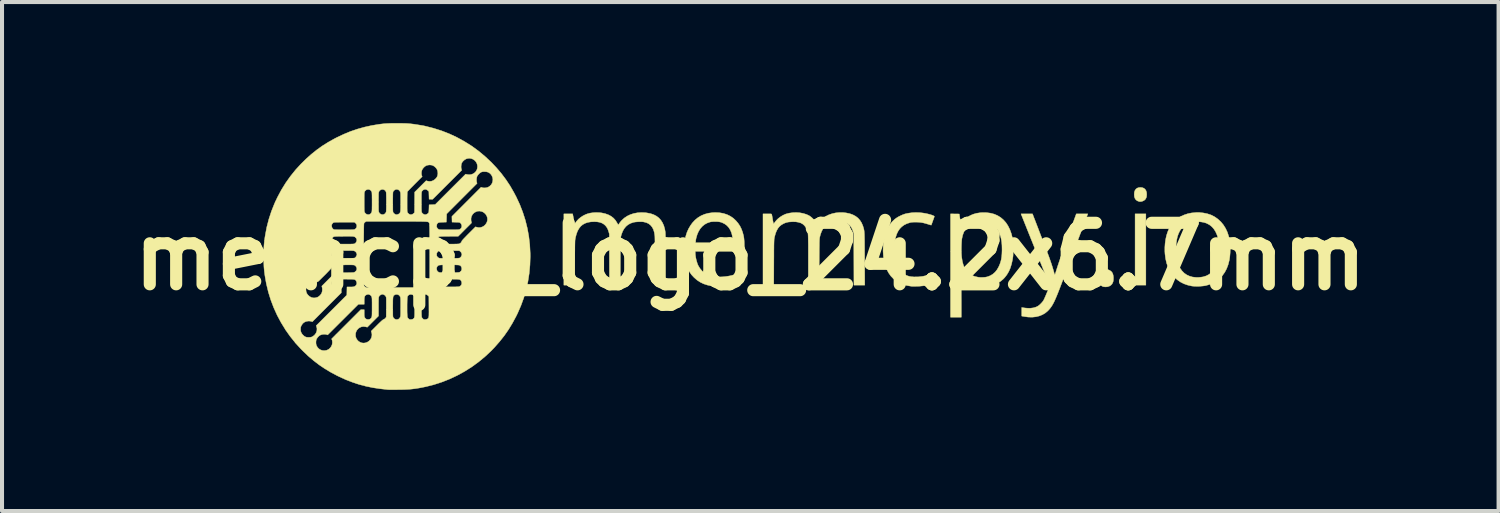
<source format=kicad_pcb>
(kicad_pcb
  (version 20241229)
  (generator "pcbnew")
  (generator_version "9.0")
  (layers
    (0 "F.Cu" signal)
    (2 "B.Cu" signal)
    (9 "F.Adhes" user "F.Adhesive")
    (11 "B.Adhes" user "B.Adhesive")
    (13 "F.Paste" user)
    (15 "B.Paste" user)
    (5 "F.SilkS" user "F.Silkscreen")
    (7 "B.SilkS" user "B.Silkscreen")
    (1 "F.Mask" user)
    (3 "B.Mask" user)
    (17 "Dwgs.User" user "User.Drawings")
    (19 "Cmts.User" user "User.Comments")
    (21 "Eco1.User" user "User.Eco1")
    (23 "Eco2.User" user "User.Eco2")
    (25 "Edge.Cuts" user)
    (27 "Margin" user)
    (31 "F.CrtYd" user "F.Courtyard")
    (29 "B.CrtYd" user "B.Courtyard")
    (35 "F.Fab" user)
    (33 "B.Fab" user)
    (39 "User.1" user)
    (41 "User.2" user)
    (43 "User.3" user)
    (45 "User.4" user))
  (footprint "memcpy_logo_24.2x6.7mm"
    (layer "F.Cu")
    (at 15.538 3.304)
    (property "Reference" "memcpy_logo_24.2x6.7mm" (at 0 0 0) (layer "F.SilkS") (effects (font (size 1.524 1.524) (thickness 0.3))))
    (attr through_hole)
    (fp_poly (pts (xy 9.799 0.709) (xy 9.532 0.709) (xy 9.532 -1.056) (xy 9.799 -1.056) (xy 9.799 0.709)) (stroke (width 0.01) (type solid)) (fill yes) (layer "F.SilkS"))
    (fp_poly (pts (xy 9.711 -1.706) (xy 9.751 -1.69) (xy 9.782 -1.664) (xy 9.804 -1.629) (xy 9.817 -1.584) (xy 9.82 -1.538) (xy 9.817 -1.49) (xy 9.806 -1.451) (xy 9.788 -1.419) (xy 9.785 -1.415) (xy 9.757 -1.39) (xy 9.721 -1.372) (xy 9.682 -1.361) (xy 9.644 -1.36) (xy 9.629 -1.363) (xy 9.586 -1.379) (xy 9.552 -1.405) (xy 9.529 -1.439) (xy 9.514 -1.483) (xy 9.51 -1.536) (xy 9.51 -1.537) (xy 9.514 -1.591) (xy 9.528 -1.634) (xy 9.551 -1.668) (xy 9.582 -1.693) (xy 9.623 -1.707) (xy 9.664 -1.711) (xy 9.711 -1.706)) (stroke (width 0.01) (type solid)) (fill yes) (layer "F.SilkS"))
    (fp_poly (pts (xy 8.835 0.325) (xy 8.857 0.327) (xy 8.875 0.331) (xy 8.892 0.338) (xy 8.901 0.343) (xy 8.937 0.366) (xy 8.963 0.396) (xy 8.981 0.433) (xy 8.992 0.479) (xy 8.996 0.518) (xy 8.995 0.572) (xy 8.99 0.615) (xy 8.977 0.652) (xy 8.958 0.685) (xy 8.957 0.686) (xy 8.928 0.715) (xy 8.891 0.736) (xy 8.847 0.75) (xy 8.801 0.754) (xy 8.755 0.75) (xy 8.731 0.743) (xy 8.69 0.721) (xy 8.655 0.689) (xy 8.634 0.658) (xy 8.628 0.646) (xy 8.624 0.633) (xy 8.621 0.616) (xy 8.62 0.593) (xy 8.619 0.56) (xy 8.619 0.541) (xy 8.62 0.494) (xy 8.624 0.457) (xy 8.63 0.428) (xy 8.641 0.404) (xy 8.656 0.384) (xy 8.667 0.372) (xy 8.692 0.35) (xy 8.718 0.336) (xy 8.748 0.328) (xy 8.787 0.324) (xy 8.803 0.324) (xy 8.835 0.325)) (stroke (width 0.01) (type solid)) (fill yes) (layer "F.SilkS"))
    (fp_poly (pts (xy 4.196 -1.086) (xy 4.263 -1.079) (xy 4.309 -1.072) (xy 4.357 -1.063) (xy 4.403 -1.053) (xy 4.447 -1.041) (xy 4.485 -1.03) (xy 4.518 -1.018) (xy 4.542 -1.007) (xy 4.556 -0.998) (xy 4.559 -0.992) (xy 4.556 -0.98) (xy 4.551 -0.965) (xy 4.546 -0.951) (xy 4.538 -0.928) (xy 4.527 -0.899) (xy 4.516 -0.866) (xy 4.514 -0.863) (xy 4.503 -0.832) (xy 4.494 -0.806) (xy 4.487 -0.787) (xy 4.483 -0.778) (xy 4.483 -0.777) (xy 4.476 -0.778) (xy 4.459 -0.783) (xy 4.435 -0.79) (xy 4.409 -0.798) (xy 4.343 -0.818) (xy 4.285 -0.833) (xy 4.231 -0.843) (xy 4.177 -0.849) (xy 4.119 -0.851) (xy 4.101 -0.851) (xy 4.053 -0.851) (xy 4.015 -0.849) (xy 3.985 -0.846) (xy 3.959 -0.841) (xy 3.954 -0.839) (xy 3.878 -0.814) (xy 3.811 -0.781) (xy 3.752 -0.738) (xy 3.702 -0.687) (xy 3.66 -0.625) (xy 3.626 -0.554) (xy 3.6 -0.472) (xy 3.58 -0.38) (xy 3.568 -0.276) (xy 3.568 -0.273) (xy 3.564 -0.181) (xy 3.566 -0.09) (xy 3.574 -0.003) (xy 3.587 0.079) (xy 3.605 0.152) (xy 3.616 0.186) (xy 3.65 0.261) (xy 3.692 0.328) (xy 3.742 0.385) (xy 3.798 0.43) (xy 3.851 0.461) (xy 3.896 0.479) (xy 3.939 0.492) (xy 3.987 0.501) (xy 4.043 0.505) (xy 4.054 0.506) (xy 4.16 0.505) (xy 4.27 0.492) (xy 4.381 0.468) (xy 4.474 0.439) (xy 4.539 0.416) (xy 4.539 0.649) (xy 4.497 0.668) (xy 4.43 0.694) (xy 4.358 0.714) (xy 4.279 0.727) (xy 4.191 0.736) (xy 4.124 0.738) (xy 4.086 0.739) (xy 4.05 0.739) (xy 4.021 0.739) (xy 4.001 0.739) (xy 3.994 0.738) (xy 3.924 0.727) (xy 3.865 0.716) (xy 3.815 0.703) (xy 3.771 0.689) (xy 3.73 0.673) (xy 3.703 0.66) (xy 3.62 0.61) (xy 3.545 0.551) (xy 3.48 0.483) (xy 3.425 0.405) (xy 3.379 0.318) (xy 3.342 0.221) (xy 3.315 0.116) (xy 3.297 0.001) (xy 3.289 -0.122) (xy 3.289 -0.164) (xy 3.293 -0.289) (xy 3.308 -0.406) (xy 3.331 -0.515) (xy 3.364 -0.615) (xy 3.405 -0.707) (xy 3.456 -0.79) (xy 3.515 -0.863) (xy 3.582 -0.926) (xy 3.625 -0.957) (xy 3.667 -0.983) (xy 3.717 -1.008) (xy 3.77 -1.032) (xy 3.819 -1.05) (xy 3.838 -1.056) (xy 3.919 -1.073) (xy 4.008 -1.085) (xy 4.102 -1.089) (xy 4.196 -1.086)) (stroke (width 0.01) (type solid)) (fill yes) (layer "F.SilkS"))
    (fp_poly (pts (xy 11.135 -1.088) (xy 11.223 -1.079) (xy 11.322 -1.059) (xy 11.413 -1.029) (xy 11.497 -0.987) (xy 11.575 -0.933) (xy 11.648 -0.867) (xy 11.657 -0.859) (xy 11.72 -0.782) (xy 11.774 -0.696) (xy 11.818 -0.602) (xy 11.852 -0.498) (xy 11.868 -0.431) (xy 11.88 -0.356) (xy 11.887 -0.272) (xy 11.889 -0.183) (xy 11.887 -0.093) (xy 11.88 -0.006) (xy 11.869 0.075) (xy 11.864 0.1) (xy 11.836 0.207) (xy 11.799 0.304) (xy 11.752 0.393) (xy 11.695 0.472) (xy 11.63 0.542) (xy 11.557 0.602) (xy 11.475 0.651) (xy 11.385 0.691) (xy 11.287 0.719) (xy 11.27 0.723) (xy 11.222 0.73) (xy 11.167 0.735) (xy 11.108 0.739) (xy 11.049 0.739) (xy 10.994 0.737) (xy 10.947 0.733) (xy 10.939 0.732) (xy 10.837 0.709) (xy 10.742 0.676) (xy 10.656 0.632) (xy 10.577 0.577) (xy 10.507 0.513) (xy 10.445 0.44) (xy 10.392 0.356) (xy 10.348 0.264) (xy 10.313 0.164) (xy 10.288 0.055) (xy 10.273 -0.062) (xy 10.269 -0.127) (xy 10.269 -0.144) (xy 10.544 -0.144) (xy 10.549 -0.053) (xy 10.559 0.034) (xy 10.575 0.112) (xy 10.581 0.135) (xy 10.611 0.22) (xy 10.65 0.296) (xy 10.697 0.36) (xy 10.751 0.414) (xy 10.813 0.456) (xy 10.883 0.488) (xy 10.959 0.509) (xy 11.043 0.518) (xy 11.101 0.518) (xy 11.137 0.515) (xy 11.174 0.511) (xy 11.207 0.506) (xy 11.218 0.504) (xy 11.293 0.481) (xy 11.361 0.446) (xy 11.422 0.401) (xy 11.475 0.345) (xy 11.52 0.278) (xy 11.556 0.202) (xy 11.559 0.193) (xy 11.582 0.119) (xy 11.599 0.036) (xy 11.609 -0.053) (xy 11.614 -0.145) (xy 11.613 -0.239) (xy 11.606 -0.33) (xy 11.593 -0.417) (xy 11.575 -0.496) (xy 11.56 -0.539) (xy 11.525 -0.617) (xy 11.482 -0.684) (xy 11.431 -0.741) (xy 11.372 -0.787) (xy 11.306 -0.821) (xy 11.296 -0.826) (xy 11.234 -0.845) (xy 11.165 -0.857) (xy 11.091 -0.862) (xy 11.017 -0.86) (xy 10.947 -0.852) (xy 10.883 -0.836) (xy 10.869 -0.831) (xy 10.802 -0.799) (xy 10.741 -0.756) (xy 10.688 -0.702) (xy 10.643 -0.639) (xy 10.607 -0.566) (xy 10.582 -0.493) (xy 10.564 -0.414) (xy 10.552 -0.328) (xy 10.545 -0.237) (xy 10.544 -0.144) (xy 10.269 -0.144) (xy 10.269 -0.228) (xy 10.276 -0.328) (xy 10.29 -0.426) (xy 10.31 -0.518) (xy 10.337 -0.603) (xy 10.368 -0.678) (xy 10.369 -0.678) (xy 10.413 -0.754) (xy 10.466 -0.826) (xy 10.526 -0.89) (xy 10.587 -0.943) (xy 10.662 -0.991) (xy 10.745 -1.029) (xy 10.835 -1.059) (xy 10.931 -1.079) (xy 11.032 -1.088) (xy 11.135 -1.088)) (stroke (width 0.01) (type solid)) (fill yes) (layer "F.SilkS"))
    (fp_poly (pts (xy -0.763 -1.084) (xy -0.667 -1.067) (xy -0.579 -1.039) (xy -0.497 -0.999) (xy -0.423 -0.949) (xy -0.357 -0.887) (xy -0.356 -0.886) (xy -0.302 -0.822) (xy -0.257 -0.755) (xy -0.221 -0.682) (xy -0.191 -0.601) (xy -0.167 -0.51) (xy -0.167 -0.508) (xy -0.162 -0.482) (xy -0.158 -0.455) (xy -0.155 -0.423) (xy -0.152 -0.385) (xy -0.15 -0.337) (xy -0.149 -0.286) (xy -0.145 -0.127) (xy -1.364 -0.127) (xy -1.364 -0.088) (xy -1.361 -0.038) (xy -1.353 0.018) (xy -1.341 0.077) (xy -1.325 0.134) (xy -1.308 0.187) (xy -1.29 0.227) (xy -1.247 0.297) (xy -1.195 0.359) (xy -1.134 0.41) (xy -1.065 0.452) (xy -0.99 0.482) (xy -0.966 0.488) (xy -0.908 0.499) (xy -0.841 0.506) (xy -0.766 0.507) (xy -0.688 0.504) (xy -0.607 0.496) (xy -0.529 0.484) (xy -0.498 0.478) (xy -0.455 0.468) (xy -0.408 0.455) (xy -0.359 0.44) (xy -0.314 0.425) (xy -0.275 0.411) (xy -0.259 0.405) (xy -0.242 0.398) (xy -0.229 0.395) (xy -0.227 0.394) (xy -0.225 0.401) (xy -0.223 0.42) (xy -0.221 0.452) (xy -0.221 0.496) (xy -0.221 0.511) (xy -0.221 0.627) (xy -0.259 0.642) (xy -0.333 0.669) (xy -0.398 0.69) (xy -0.458 0.707) (xy -0.516 0.719) (xy -0.575 0.728) (xy -0.638 0.734) (xy -0.708 0.737) (xy -0.749 0.738) (xy -0.79 0.739) (xy -0.828 0.739) (xy -0.86 0.739) (xy -0.883 0.739) (xy -0.895 0.738) (xy -0.896 0.738) (xy -0.91 0.736) (xy -0.934 0.732) (xy -0.96 0.728) (xy -0.963 0.728) (xy -1.063 0.708) (xy -1.155 0.678) (xy -1.24 0.637) (xy -1.319 0.585) (xy -1.391 0.523) (xy -1.456 0.453) (xy -1.51 0.376) (xy -1.555 0.293) (xy -1.589 0.201) (xy -1.615 0.102) (xy -1.631 -0.007) (xy -1.638 -0.125) (xy -1.639 -0.164) (xy -1.634 -0.285) (xy -1.628 -0.341) (xy -1.357 -0.341) (xy -0.434 -0.341) (xy -0.434 -0.386) (xy -0.437 -0.427) (xy -0.442 -0.474) (xy -0.45 -0.522) (xy -0.46 -0.565) (xy -0.467 -0.589) (xy -0.497 -0.659) (xy -0.536 -0.72) (xy -0.583 -0.77) (xy -0.639 -0.81) (xy -0.703 -0.841) (xy -0.742 -0.853) (xy -0.777 -0.86) (xy -0.822 -0.864) (xy -0.871 -0.865) (xy -0.92 -0.864) (xy -0.965 -0.86) (xy -0.998 -0.854) (xy -1.069 -0.829) (xy -1.133 -0.794) (xy -1.19 -0.747) (xy -1.239 -0.691) (xy -1.281 -0.624) (xy -1.315 -0.548) (xy -1.34 -0.463) (xy -1.347 -0.431) (xy -1.352 -0.403) (xy -1.355 -0.379) (xy -1.357 -0.361) (xy -1.357 -0.359) (xy -1.357 -0.341) (xy -1.628 -0.341) (xy -1.622 -0.397) (xy -1.6 -0.501) (xy -1.57 -0.596) (xy -1.53 -0.686) (xy -1.481 -0.769) (xy -1.434 -0.834) (xy -1.37 -0.903) (xy -1.298 -0.962) (xy -1.219 -1.01) (xy -1.132 -1.047) (xy -1.039 -1.072) (xy -0.94 -1.086) (xy -0.866 -1.089) (xy -0.763 -1.084)) (stroke (width 0.01) (type solid)) (fill yes) (layer "F.SilkS"))
    (fp_poly (pts (xy 5.856 -1.086) (xy 5.953 -1.073) (xy 6.043 -1.049) (xy 6.126 -1.013) (xy 6.202 -0.966) (xy 6.27 -0.908) (xy 6.331 -0.84) (xy 6.383 -0.761) (xy 6.428 -0.671) (xy 6.464 -0.572) (xy 6.473 -0.541) (xy 6.488 -0.481) (xy 6.499 -0.417) (xy 6.506 -0.349) (xy 6.51 -0.272) (xy 6.512 -0.185) (xy 6.512 -0.174) (xy 6.512 -0.12) (xy 6.511 -0.077) (xy 6.51 -0.041) (xy 6.508 -0.01) (xy 6.504 0.019) (xy 6.5 0.049) (xy 6.495 0.08) (xy 6.471 0.188) (xy 6.441 0.285) (xy 6.403 0.372) (xy 6.356 0.451) (xy 6.301 0.522) (xy 6.267 0.558) (xy 6.199 0.615) (xy 6.123 0.663) (xy 6.04 0.699) (xy 5.951 0.724) (xy 5.857 0.738) (xy 5.757 0.74) (xy 5.745 0.74) (xy 5.65 0.73) (xy 5.563 0.712) (xy 5.485 0.685) (xy 5.412 0.648) (xy 5.345 0.6) (xy 5.289 0.55) (xy 5.264 0.525) (xy 5.242 0.505) (xy 5.225 0.49) (xy 5.214 0.482) (xy 5.213 0.481) (xy 5.209 0.487) (xy 5.209 0.505) (xy 5.21 0.51) (xy 5.214 0.543) (xy 5.217 0.587) (xy 5.22 0.642) (xy 5.222 0.708) (xy 5.224 0.786) (xy 5.226 0.877) (xy 5.226 0.979) (xy 5.227 1.095) (xy 5.227 1.125) (xy 5.227 1.504) (xy 4.96 1.504) (xy 4.96 -0.188) (xy 5.228 -0.188) (xy 5.228 -0.127) (xy 5.23 -0.069) (xy 5.233 -0.017) (xy 5.237 0.021) (xy 5.252 0.117) (xy 5.274 0.201) (xy 5.302 0.275) (xy 5.338 0.337) (xy 5.38 0.39) (xy 5.431 0.433) (xy 5.49 0.467) (xy 5.557 0.493) (xy 5.634 0.511) (xy 5.658 0.515) (xy 5.697 0.518) (xy 5.743 0.518) (xy 5.79 0.516) (xy 5.835 0.511) (xy 5.871 0.503) (xy 5.876 0.502) (xy 5.946 0.475) (xy 6.008 0.437) (xy 6.064 0.388) (xy 6.112 0.328) (xy 6.152 0.258) (xy 6.179 0.197) (xy 6.2 0.137) (xy 6.216 0.076) (xy 6.227 0.009) (xy 6.233 -0.064) (xy 6.236 -0.147) (xy 6.236 -0.18) (xy 6.234 -0.272) (xy 6.228 -0.354) (xy 6.217 -0.426) (xy 6.201 -0.492) (xy 6.18 -0.554) (xy 6.153 -0.614) (xy 6.152 -0.616) (xy 6.11 -0.684) (xy 6.061 -0.742) (xy 6.004 -0.789) (xy 5.941 -0.824) (xy 5.872 -0.848) (xy 5.856 -0.852) (xy 5.813 -0.858) (xy 5.762 -0.861) (xy 5.707 -0.861) (xy 5.654 -0.858) (xy 5.607 -0.852) (xy 5.533 -0.834) (xy 5.467 -0.807) (xy 5.41 -0.771) (xy 5.361 -0.725) (xy 5.32 -0.668) (xy 5.287 -0.602) (xy 5.26 -0.524) (xy 5.243 -0.449) (xy 5.238 -0.412) (xy 5.234 -0.365) (xy 5.231 -0.31) (xy 5.229 -0.25) (xy 5.228 -0.188) (xy 4.96 -0.188) (xy 4.96 -1.056) (xy 5.177 -1.053) (xy 5.185 -0.996) (xy 5.194 -0.939) (xy 5.201 -0.895) (xy 5.207 -0.862) (xy 5.211 -0.838) (xy 5.215 -0.824) (xy 5.217 -0.817) (xy 5.217 -0.816) (xy 5.224 -0.819) (xy 5.235 -0.829) (xy 5.246 -0.842) (xy 5.307 -0.91) (xy 5.372 -0.967) (xy 5.442 -1.012) (xy 5.519 -1.046) (xy 5.603 -1.07) (xy 5.695 -1.084) (xy 5.752 -1.088) (xy 5.856 -1.086)) (stroke (width 0.01) (type solid)) (fill yes) (layer "F.SilkS"))
    (fp_poly (pts (xy -2.598 -1.085) (xy -2.557 -1.079) (xy -2.47 -1.062) (xy -2.392 -1.035) (xy -2.325 -1) (xy -2.266 -0.955) (xy -2.217 -0.901) (xy -2.176 -0.837) (xy -2.143 -0.763) (xy -2.119 -0.678) (xy -2.106 -0.605) (xy -2.105 -0.59) (xy -2.104 -0.562) (xy -2.103 -0.522) (xy -2.102 -0.471) (xy -2.101 -0.409) (xy -2.1 -0.336) (xy -2.1 -0.254) (xy -2.099 -0.163) (xy -2.099 -0.063) (xy -2.099 0.045) (xy -2.099 0.075) (xy -2.099 0.709) (xy -2.36 0.709) (xy -2.36 0.127) (xy -2.36 0.011) (xy -2.36 -0.096) (xy -2.36 -0.191) (xy -2.361 -0.276) (xy -2.362 -0.349) (xy -2.363 -0.41) (xy -2.364 -0.459) (xy -2.365 -0.496) (xy -2.367 -0.52) (xy -2.367 -0.523) (xy -2.38 -0.601) (xy -2.401 -0.669) (xy -2.431 -0.726) (xy -2.469 -0.773) (xy -2.515 -0.811) (xy -2.571 -0.838) (xy -2.635 -0.855) (xy -2.638 -0.856) (xy -2.672 -0.86) (xy -2.714 -0.861) (xy -2.761 -0.861) (xy -2.809 -0.858) (xy -2.852 -0.854) (xy -2.888 -0.848) (xy -2.898 -0.846) (xy -2.969 -0.821) (xy -3.03 -0.787) (xy -3.082 -0.743) (xy -3.126 -0.689) (xy -3.157 -0.635) (xy -3.172 -0.6) (xy -3.187 -0.56) (xy -3.199 -0.524) (xy -3.202 -0.511) (xy -3.205 -0.501) (xy -3.207 -0.49) (xy -3.21 -0.48) (xy -3.211 -0.468) (xy -3.213 -0.453) (xy -3.214 -0.436) (xy -3.215 -0.414) (xy -3.216 -0.387) (xy -3.217 -0.354) (xy -3.217 -0.314) (xy -3.218 -0.267) (xy -3.218 -0.211) (xy -3.219 -0.145) (xy -3.219 -0.068) (xy -3.22 0.02) (xy -3.22 0.12) (xy -3.22 0.129) (xy -3.222 0.709) (xy -3.489 0.709) (xy -3.493 -0.558) (xy -3.508 -0.611) (xy -3.526 -0.664) (xy -3.546 -0.707) (xy -3.572 -0.744) (xy -3.59 -0.766) (xy -3.63 -0.801) (xy -3.676 -0.828) (xy -3.728 -0.847) (xy -3.789 -0.858) (xy -3.861 -0.862) (xy -3.868 -0.862) (xy -3.952 -0.858) (xy -4.027 -0.845) (xy -4.094 -0.822) (xy -4.152 -0.79) (xy -4.202 -0.748) (xy -4.244 -0.695) (xy -4.28 -0.631) (xy -4.308 -0.556) (xy -4.331 -0.47) (xy -4.336 -0.443) (xy -4.338 -0.431) (xy -4.34 -0.416) (xy -4.342 -0.399) (xy -4.343 -0.378) (xy -4.344 -0.351) (xy -4.345 -0.319) (xy -4.346 -0.281) (xy -4.347 -0.234) (xy -4.347 -0.179) (xy -4.348 -0.114) (xy -4.349 -0.039) (xy -4.349 0.047) (xy -4.35 0.146) (xy -4.35 0.162) (xy -4.352 0.709) (xy -4.619 0.709) (xy -4.619 -1.056) (xy -4.401 -1.056) (xy -4.379 -0.938) (xy -4.372 -0.9) (xy -4.366 -0.866) (xy -4.36 -0.84) (xy -4.356 -0.822) (xy -4.354 -0.816) (xy -4.348 -0.818) (xy -4.339 -0.826) (xy -4.329 -0.839) (xy -4.315 -0.858) (xy -4.299 -0.879) (xy -4.256 -0.926) (xy -4.202 -0.97) (xy -4.141 -1.01) (xy -4.076 -1.042) (xy -4.041 -1.055) (xy -3.973 -1.074) (xy -3.896 -1.085) (xy -3.816 -1.089) (xy -3.735 -1.086) (xy -3.683 -1.08) (xy -3.595 -1.061) (xy -3.517 -1.033) (xy -3.448 -0.996) (xy -3.389 -0.95) (xy -3.34 -0.895) (xy -3.3 -0.831) (xy -3.289 -0.81) (xy -3.279 -0.795) (xy -3.272 -0.789) (xy -3.272 -0.789) (xy -3.265 -0.794) (xy -3.254 -0.807) (xy -3.245 -0.82) (xy -3.231 -0.84) (xy -3.211 -0.865) (xy -3.19 -0.89) (xy -3.186 -0.894) (xy -3.123 -0.952) (xy -3.051 -1) (xy -2.972 -1.038) (xy -2.886 -1.066) (xy -2.794 -1.083) (xy -2.698 -1.089) (xy -2.598 -1.085)) (stroke (width 0.01) (type solid)) (fill yes) (layer "F.SilkS"))
    (fp_poly (pts (xy 8.351 -1.031) (xy 8.343 -1.01) (xy 8.336 -0.992) (xy 8.335 -0.989) (xy 8.331 -0.979) (xy 8.324 -0.958) (xy 8.312 -0.928) (xy 8.298 -0.89) (xy 8.281 -0.846) (xy 8.263 -0.797) (xy 8.249 -0.759) (xy 8.211 -0.658) (xy 8.173 -0.56) (xy 8.138 -0.466) (xy 8.104 -0.376) (xy 8.072 -0.292) (xy 8.044 -0.217) (xy 8.018 -0.15) (xy 7.997 -0.093) (xy 7.987 -0.067) (xy 7.975 -0.034) (xy 7.959 0.008) (xy 7.94 0.058) (xy 7.919 0.113) (xy 7.898 0.17) (xy 7.876 0.227) (xy 7.867 0.251) (xy 7.847 0.304) (xy 7.827 0.357) (xy 7.808 0.406) (xy 7.792 0.45) (xy 7.778 0.487) (xy 7.768 0.514) (xy 7.764 0.525) (xy 7.723 0.636) (xy 7.685 0.736) (xy 7.651 0.824) (xy 7.62 0.903) (xy 7.592 0.972) (xy 7.566 1.033) (xy 7.542 1.087) (xy 7.52 1.134) (xy 7.498 1.175) (xy 7.477 1.212) (xy 7.456 1.244) (xy 7.435 1.273) (xy 7.413 1.3) (xy 7.391 1.325) (xy 7.373 1.344) (xy 7.31 1.398) (xy 7.24 1.44) (xy 7.163 1.472) (xy 7.079 1.493) (xy 6.988 1.503) (xy 6.892 1.501) (xy 6.871 1.499) (xy 6.854 1.497) (xy 6.828 1.493) (xy 6.799 1.489) (xy 6.786 1.487) (xy 6.724 1.476) (xy 6.724 1.262) (xy 6.739 1.266) (xy 6.77 1.271) (xy 6.809 1.276) (xy 6.853 1.28) (xy 6.897 1.282) (xy 6.935 1.282) (xy 6.945 1.281) (xy 7.018 1.271) (xy 7.084 1.25) (xy 7.127 1.228) (xy 7.157 1.206) (xy 7.19 1.176) (xy 7.223 1.141) (xy 7.252 1.105) (xy 7.265 1.084) (xy 7.274 1.068) (xy 7.286 1.042) (xy 7.3 1.01) (xy 7.317 0.972) (xy 7.334 0.93) (xy 7.352 0.888) (xy 7.369 0.846) (xy 7.384 0.807) (xy 7.398 0.773) (xy 7.407 0.746) (xy 7.413 0.728) (xy 7.414 0.722) (xy 7.412 0.714) (xy 7.405 0.695) (xy 7.394 0.666) (xy 7.379 0.627) (xy 7.361 0.58) (xy 7.34 0.527) (xy 7.316 0.467) (xy 7.291 0.402) (xy 7.263 0.333) (xy 7.254 0.311) (xy 7.223 0.234) (xy 7.188 0.146) (xy 7.15 0.051) (xy 7.109 -0.049) (xy 7.068 -0.153) (xy 7.026 -0.257) (xy 6.985 -0.36) (xy 6.945 -0.458) (xy 6.908 -0.551) (xy 6.899 -0.573) (xy 6.706 -1.056) (xy 6.848 -1.056) (xy 6.991 -1.056) (xy 7.014 -0.994) (xy 7.069 -0.853) (xy 7.122 -0.715) (xy 7.159 -0.618) (xy 7.176 -0.573) (xy 7.197 -0.519) (xy 7.219 -0.462) (xy 7.24 -0.406) (xy 7.259 -0.358) (xy 7.291 -0.275) (xy 7.319 -0.203) (xy 7.342 -0.14) (xy 7.363 -0.086) (xy 7.381 -0.038) (xy 7.397 0.005) (xy 7.411 0.044) (xy 7.424 0.081) (xy 7.436 0.117) (xy 7.449 0.154) (xy 7.452 0.162) (xy 7.467 0.208) (xy 7.482 0.255) (xy 7.496 0.301) (xy 7.508 0.341) (xy 7.516 0.372) (xy 7.517 0.373) (xy 7.525 0.402) (xy 7.532 0.426) (xy 7.539 0.442) (xy 7.543 0.448) (xy 7.548 0.442) (xy 7.555 0.426) (xy 7.563 0.403) (xy 7.566 0.393) (xy 7.586 0.329) (xy 7.609 0.256) (xy 7.637 0.172) (xy 7.669 0.077) (xy 7.707 -0.029) (xy 7.725 -0.08) (xy 7.738 -0.118) (xy 7.754 -0.163) (xy 7.773 -0.217) (xy 7.794 -0.276) (xy 7.817 -0.34) (xy 7.841 -0.407) (xy 7.866 -0.477) (xy 7.892 -0.547) (xy 7.917 -0.618) (xy 7.942 -0.687) (xy 7.966 -0.753) (xy 7.988 -0.816) (xy 8.009 -0.873) (xy 8.027 -0.924) (xy 8.043 -0.967) (xy 8.056 -1.001) (xy 8.064 -1.025) (xy 8.069 -1.038) (xy 8.076 -1.056) (xy 8.362 -1.056) (xy 8.351 -1.031)) (stroke (width 0.01) (type solid)) (fill yes) (layer "F.SilkS"))
    (fp_poly (pts (xy 1.226 -1.083) (xy 1.31 -1.067) (xy 1.389 -1.043) (xy 1.456 -1.012) (xy 1.497 -0.984) (xy 1.539 -0.948) (xy 1.578 -0.907) (xy 1.61 -0.864) (xy 1.626 -0.837) (xy 1.639 -0.815) (xy 1.649 -0.798) (xy 1.656 -0.789) (xy 1.657 -0.789) (xy 1.663 -0.794) (xy 1.674 -0.807) (xy 1.688 -0.827) (xy 1.688 -0.827) (xy 1.738 -0.891) (xy 1.798 -0.946) (xy 1.866 -0.993) (xy 1.942 -1.031) (xy 2.025 -1.06) (xy 2.113 -1.08) (xy 2.205 -1.089) (xy 2.301 -1.088) (xy 2.373 -1.08) (xy 2.461 -1.062) (xy 2.539 -1.034) (xy 2.607 -0.998) (xy 2.666 -0.953) (xy 2.715 -0.898) (xy 2.756 -0.834) (xy 2.788 -0.759) (xy 2.795 -0.737) (xy 2.801 -0.719) (xy 2.805 -0.702) (xy 2.81 -0.686) (xy 2.814 -0.669) (xy 2.817 -0.652) (xy 2.82 -0.632) (xy 2.822 -0.608) (xy 2.824 -0.581) (xy 2.826 -0.549) (xy 2.827 -0.512) (xy 2.828 -0.468) (xy 2.829 -0.416) (xy 2.83 -0.356) (xy 2.83 -0.286) (xy 2.831 -0.207) (xy 2.831 -0.117) (xy 2.832 -0.014) (xy 2.832 0.062) (xy 2.835 0.709) (xy 2.567 0.709) (xy 2.565 0.072) (xy 2.563 -0.565) (xy 2.548 -0.614) (xy 2.523 -0.68) (xy 2.493 -0.735) (xy 2.455 -0.779) (xy 2.41 -0.814) (xy 2.357 -0.838) (xy 2.295 -0.854) (xy 2.223 -0.861) (xy 2.189 -0.862) (xy 2.102 -0.857) (xy 2.024 -0.843) (xy 1.955 -0.819) (xy 1.895 -0.785) (xy 1.844 -0.741) (xy 1.8 -0.686) (xy 1.765 -0.621) (xy 1.737 -0.544) (xy 1.72 -0.477) (xy 1.718 -0.467) (xy 1.716 -0.454) (xy 1.715 -0.438) (xy 1.713 -0.418) (xy 1.712 -0.393) (xy 1.711 -0.363) (xy 1.71 -0.326) (xy 1.71 -0.281) (xy 1.709 -0.228) (xy 1.708 -0.166) (xy 1.708 -0.094) (xy 1.707 -0.011) (xy 1.707 0.085) (xy 1.706 0.142) (xy 1.704 0.709) (xy 1.437 0.709) (xy 1.437 0.095) (xy 1.437 -0.015) (xy 1.437 -0.112) (xy 1.437 -0.198) (xy 1.437 -0.273) (xy 1.436 -0.338) (xy 1.435 -0.394) (xy 1.434 -0.442) (xy 1.433 -0.482) (xy 1.432 -0.516) (xy 1.43 -0.545) (xy 1.428 -0.569) (xy 1.425 -0.589) (xy 1.422 -0.606) (xy 1.418 -0.621) (xy 1.414 -0.635) (xy 1.409 -0.649) (xy 1.404 -0.661) (xy 1.376 -0.718) (xy 1.342 -0.765) (xy 1.301 -0.802) (xy 1.251 -0.83) (xy 1.193 -0.848) (xy 1.126 -0.859) (xy 1.048 -0.861) (xy 1.036 -0.86) (xy 0.981 -0.857) (xy 0.936 -0.852) (xy 0.896 -0.843) (xy 0.858 -0.83) (xy 0.818 -0.812) (xy 0.816 -0.811) (xy 0.765 -0.78) (xy 0.72 -0.742) (xy 0.682 -0.694) (xy 0.65 -0.636) (xy 0.623 -0.567) (xy 0.601 -0.486) (xy 0.6 -0.481) (xy 0.597 -0.47) (xy 0.595 -0.458) (xy 0.593 -0.446) (xy 0.591 -0.433) (xy 0.59 -0.416) (xy 0.589 -0.397) (xy 0.588 -0.373) (xy 0.587 -0.343) (xy 0.586 -0.307) (xy 0.585 -0.264) (xy 0.585 -0.212) (xy 0.584 -0.152) (xy 0.584 -0.081) (xy 0.584 0.000264) (xy 0.583 0.094) (xy 0.583 0.145) (xy 0.581 0.709) (xy 0.314 0.709) (xy 0.314 -1.056) (xy 0.421 -1.056) (xy 0.461 -1.056) (xy 0.489 -1.056) (xy 0.509 -1.055) (xy 0.52 -1.053) (xy 0.527 -1.05) (xy 0.53 -1.046) (xy 0.531 -1.041) (xy 0.533 -1.029) (xy 0.538 -1.007) (xy 0.543 -0.977) (xy 0.549 -0.943) (xy 0.552 -0.926) (xy 0.558 -0.891) (xy 0.564 -0.86) (xy 0.569 -0.837) (xy 0.572 -0.823) (xy 0.572 -0.821) (xy 0.579 -0.816) (xy 0.587 -0.821) (xy 0.6 -0.836) (xy 0.607 -0.847) (xy 0.643 -0.893) (xy 0.689 -0.939) (xy 0.743 -0.98) (xy 0.8 -1.016) (xy 0.859 -1.044) (xy 0.882 -1.053) (xy 0.964 -1.074) (xy 1.051 -1.086) (xy 1.139 -1.089) (xy 1.226 -1.083)) (stroke (width 0.01) (type solid)) (fill yes) (layer "F.SilkS"))
    (fp_poly (pts (xy -8.709 -3.299) (xy -8.634 -3.298) (xy -8.564 -3.297) (xy -8.499 -3.294) (xy -8.444 -3.29) (xy -8.405 -3.286) (xy -8.338 -3.278) (xy -8.268 -3.267) (xy -8.198 -3.256) (xy -8.131 -3.245) (xy -8.073 -3.234) (xy -8.051 -3.229) (xy -7.847 -3.177) (xy -7.648 -3.114) (xy -7.454 -3.038) (xy -7.266 -2.95) (xy -7.084 -2.85) (xy -6.908 -2.74) (xy -6.74 -2.618) (xy -6.579 -2.485) (xy -6.426 -2.342) (xy -6.423 -2.34) (xy -6.29 -2.199) (xy -6.168 -2.056) (xy -6.056 -1.907) (xy -5.953 -1.752) (xy -5.858 -1.587) (xy -5.802 -1.481) (xy -5.713 -1.291) (xy -5.638 -1.098) (xy -5.575 -0.902) (xy -5.525 -0.702) (xy -5.488 -0.499) (xy -5.464 -0.292) (xy -5.453 -0.082) (xy -5.452 0) (xy -5.459 0.212) (xy -5.478 0.42) (xy -5.51 0.625) (xy -5.554 0.826) (xy -5.612 1.023) (xy -5.683 1.217) (xy -5.766 1.408) (xy -5.802 1.481) (xy -5.894 1.652) (xy -5.992 1.813) (xy -6.098 1.965) (xy -6.214 2.111) (xy -6.34 2.254) (xy -6.423 2.34) (xy -6.576 2.483) (xy -6.736 2.615) (xy -6.904 2.737) (xy -7.08 2.848) (xy -7.261 2.947) (xy -7.448 3.035) (xy -7.641 3.111) (xy -7.839 3.175) (xy -8.041 3.226) (xy -8.191 3.256) (xy -8.258 3.267) (xy -8.319 3.276) (xy -8.376 3.283) (xy -8.432 3.288) (xy -8.491 3.292) (xy -8.555 3.295) (xy -8.626 3.297) (xy -8.707 3.298) (xy -8.716 3.298) (xy -8.772 3.299) (xy -8.824 3.299) (xy -8.872 3.299) (xy -8.913 3.299) (xy -8.946 3.299) (xy -8.968 3.298) (xy -8.977 3.298) (xy -9.168 3.277) (xy -9.349 3.25) (xy -9.523 3.214) (xy -9.691 3.17) (xy -9.854 3.116) (xy -10.016 3.054) (xy -10.177 2.981) (xy -10.244 2.948) (xy -10.399 2.865) (xy -10.545 2.777) (xy -10.684 2.683) (xy -10.817 2.581) (xy -10.947 2.471) (xy -11.075 2.349) (xy -11.132 2.292) (xy -11.271 2.14) (xy -11.283 2.124) (xy -10.761 2.124) (xy -10.759 2.163) (xy -10.752 2.197) (xy -10.75 2.201) (xy -10.726 2.246) (xy -10.693 2.283) (xy -10.653 2.31) (xy -10.607 2.327) (xy -10.558 2.332) (xy -10.508 2.326) (xy -10.483 2.318) (xy -10.441 2.296) (xy -10.406 2.264) (xy -10.379 2.225) (xy -10.361 2.182) (xy -10.354 2.135) (xy -10.357 2.089) (xy -10.363 2.067) (xy -10.373 2.041) (xy -10.276 1.944) (xy -9.782 1.944) (xy -9.776 1.989) (xy -9.761 2.031) (xy -9.737 2.068) (xy -9.707 2.099) (xy -9.67 2.123) (xy -9.629 2.139) (xy -9.584 2.145) (xy -9.537 2.14) (xy -9.489 2.123) (xy -9.489 2.123) (xy -9.446 2.095) (xy -9.413 2.059) (xy -9.389 2.017) (xy -9.376 1.971) (xy -9.374 1.923) (xy -9.381 1.888) (xy -9.392 1.849) (xy -9.251 1.708) (xy -9.207 1.664) (xy -9.172 1.63) (xy -9.144 1.604) (xy -9.122 1.584) (xy -9.105 1.571) (xy -9.093 1.562) (xy -9.083 1.558) (xy -9.056 1.544) (xy -9.039 1.526) (xy -9.02 1.502) (xy -9.018 1.259) (xy -9.018 1.255) (xy -8.857 1.255) (xy -8.857 1.318) (xy -8.856 1.369) (xy -8.856 1.41) (xy -8.856 1.441) (xy -8.855 1.465) (xy -8.854 1.482) (xy -8.852 1.494) (xy -8.849 1.503) (xy -8.846 1.51) (xy -8.843 1.516) (xy -8.841 1.518) (xy -8.817 1.544) (xy -8.787 1.559) (xy -8.754 1.563) (xy -8.721 1.554) (xy -8.716 1.552) (xy -8.694 1.534) (xy -8.678 1.51) (xy -8.674 1.502) (xy -8.671 1.494) (xy -8.668 1.484) (xy -8.666 1.471) (xy -8.665 1.454) (xy -8.664 1.431) (xy -8.663 1.4) (xy -8.663 1.36) (xy -8.663 1.31) (xy -8.663 1.251) (xy -8.663 1.249) (xy -8.503 1.249) (xy -8.503 1.301) (xy -8.503 1.352) (xy -8.502 1.399) (xy -8.5 1.44) (xy -8.498 1.473) (xy -8.496 1.497) (xy -8.493 1.509) (xy -8.493 1.509) (xy -8.479 1.53) (xy -8.46 1.548) (xy -8.442 1.56) (xy -8.423 1.563) (xy -8.398 1.561) (xy -8.373 1.556) (xy -8.354 1.548) (xy -8.353 1.547) (xy -8.344 1.539) (xy -8.336 1.532) (xy -8.329 1.524) (xy -8.325 1.512) (xy -8.321 1.497) (xy -8.318 1.477) (xy -8.317 1.45) (xy -8.316 1.415) (xy -8.316 1.371) (xy -8.316 1.316) (xy -8.316 1.249) (xy -8.316 1.249) (xy -8.149 1.249) (xy -8.149 1.301) (xy -8.148 1.352) (xy -8.147 1.399) (xy -8.146 1.44) (xy -8.144 1.473) (xy -8.142 1.497) (xy -8.139 1.509) (xy -8.139 1.509) (xy -8.124 1.53) (xy -8.106 1.548) (xy -8.088 1.56) (xy -8.069 1.563) (xy -8.044 1.561) (xy -8.019 1.556) (xy -8 1.548) (xy -7.999 1.547) (xy -7.989 1.539) (xy -7.982 1.532) (xy -7.975 1.524) (xy -7.97 1.512) (xy -7.967 1.497) (xy -7.964 1.477) (xy -7.962 1.45) (xy -7.962 1.415) (xy -7.961 1.371) (xy -7.962 1.316) (xy -7.962 1.249) (xy -7.962 1.242) (xy -7.964 0.99) (xy -7.984 0.97) (xy -8.012 0.948) (xy -8.043 0.939) (xy -8.075 0.94) (xy -8.104 0.952) (xy -8.129 0.975) (xy -8.138 0.99) (xy -8.141 1.002) (xy -8.143 1.025) (xy -8.145 1.059) (xy -8.147 1.1) (xy -8.148 1.146) (xy -8.149 1.197) (xy -8.149 1.249) (xy -8.316 1.249) (xy -8.316 1.242) (xy -8.319 0.99) (xy -8.338 0.97) (xy -8.366 0.948) (xy -8.398 0.939) (xy -8.429 0.94) (xy -8.459 0.952) (xy -8.483 0.975) (xy -8.492 0.99) (xy -8.495 1.002) (xy -8.498 1.025) (xy -8.5 1.059) (xy -8.501 1.1) (xy -8.502 1.146) (xy -8.503 1.197) (xy -8.503 1.249) (xy -8.663 1.249) (xy -8.663 1.189) (xy -8.663 1.139) (xy -8.663 1.099) (xy -8.664 1.069) (xy -8.665 1.045) (xy -8.666 1.028) (xy -8.668 1.015) (xy -8.671 1.005) (xy -8.674 0.997) (xy -8.677 0.992) (xy -8.696 0.965) (xy -8.723 0.947) (xy -8.754 0.939) (xy -8.786 0.941) (xy -8.816 0.954) (xy -8.82 0.958) (xy -8.829 0.965) (xy -8.837 0.973) (xy -8.843 0.983) (xy -8.847 0.996) (xy -8.851 1.013) (xy -8.853 1.037) (xy -8.855 1.067) (xy -8.856 1.107) (xy -8.856 1.156) (xy -8.857 1.216) (xy -8.857 1.255) (xy -9.018 1.255) (xy -9.018 1.196) (xy -9.018 1.144) (xy -9.018 1.103) (xy -9.018 1.071) (xy -9.019 1.047) (xy -9.02 1.029) (xy -9.021 1.015) (xy -9.024 1.005) (xy -9.027 0.997) (xy -9.03 0.99) (xy -9.031 0.989) (xy -9.048 0.966) (xy -9.074 0.948) (xy -9.101 0.937) (xy -9.114 0.936) (xy -9.141 0.942) (xy -9.168 0.957) (xy -9.19 0.977) (xy -9.197 0.988) (xy -9.201 0.996) (xy -9.204 1.005) (xy -9.206 1.015) (xy -9.208 1.029) (xy -9.209 1.049) (xy -9.21 1.074) (xy -9.21 1.108) (xy -9.211 1.151) (xy -9.211 1.205) (xy -9.211 1.245) (xy -9.211 1.474) (xy -9.35 1.613) (xy -9.489 1.752) (xy -9.531 1.741) (xy -9.581 1.735) (xy -9.629 1.741) (xy -9.674 1.759) (xy -9.714 1.787) (xy -9.746 1.825) (xy -9.76 1.849) (xy -9.777 1.897) (xy -9.782 1.944) (xy -10.276 1.944) (xy -10.011 1.679) (xy -9.649 1.317) (xy -9.565 1.317) (xy -9.565 1.402) (xy -9.565 1.441) (xy -9.563 1.469) (xy -9.561 1.489) (xy -9.556 1.503) (xy -9.553 1.51) (xy -9.534 1.538) (xy -9.508 1.554) (xy -9.474 1.561) (xy -9.468 1.561) (xy -9.434 1.556) (xy -9.408 1.542) (xy -9.387 1.517) (xy -9.384 1.511) (xy -9.38 1.504) (xy -9.378 1.495) (xy -9.376 1.484) (xy -9.374 1.468) (xy -9.373 1.447) (xy -9.372 1.419) (xy -9.372 1.382) (xy -9.371 1.335) (xy -9.371 1.277) (xy -9.371 1.251) (xy -9.371 1.189) (xy -9.371 1.138) (xy -9.372 1.098) (xy -9.372 1.067) (xy -9.373 1.043) (xy -9.375 1.025) (xy -9.377 1.012) (xy -9.379 1.003) (xy -9.382 0.994) (xy -9.385 0.988) (xy -9.403 0.964) (xy -9.427 0.949) (xy -9.452 0.939) (xy -9.473 0.937) (xy -9.495 0.943) (xy -9.51 0.949) (xy -9.53 0.96) (xy -9.545 0.975) (xy -9.555 0.996) (xy -9.561 1.024) (xy -9.564 1.061) (xy -9.565 1.099) (xy -9.565 1.183) (xy -9.709 1.183) (xy -10.09 1.563) (xy -10.471 1.943) (xy -10.498 1.933) (xy -10.532 1.927) (xy -10.572 1.927) (xy -10.613 1.933) (xy -10.649 1.946) (xy -10.653 1.947) (xy -10.688 1.971) (xy -10.719 2.004) (xy -10.744 2.041) (xy -10.749 2.054) (xy -10.758 2.086) (xy -10.761 2.124) (xy -11.283 2.124) (xy -11.399 1.98) (xy -11.518 1.812) (xy -11.526 1.797) (xy -11.143 1.797) (xy -11.139 1.846) (xy -11.125 1.887) (xy -11.102 1.924) (xy -11.082 1.946) (xy -11.052 1.973) (xy -11.022 1.991) (xy -10.989 2.001) (xy -10.949 2.003) (xy -10.932 2.003) (xy -10.901 2.001) (xy -10.877 1.997) (xy -10.856 1.989) (xy -10.843 1.982) (xy -10.803 1.953) (xy -10.772 1.917) (xy -10.749 1.874) (xy -10.737 1.829) (xy -10.736 1.782) (xy -10.745 1.741) (xy -10.755 1.714) (xy -10.375 1.335) (xy -9.996 0.956) (xy -9.994 0.856) (xy -9.992 0.755) (xy -9.917 0.755) (xy -9.873 0.754) (xy -9.839 0.752) (xy -9.814 0.746) (xy -9.795 0.737) (xy -9.779 0.725) (xy -9.773 0.719) (xy -9.754 0.69) (xy -9.748 0.661) (xy -9.754 0.63) (xy -9.76 0.617) (xy -9.767 0.603) (xy -9.774 0.592) (xy -9.782 0.583) (xy -9.793 0.576) (xy -9.807 0.571) (xy -9.827 0.567) (xy -9.853 0.564) (xy -9.887 0.563) (xy -9.93 0.562) (xy -9.984 0.562) (xy -10.05 0.561) (xy -10.063 0.561) (xy -10.126 0.562) (xy -10.178 0.562) (xy -10.218 0.562) (xy -10.25 0.563) (xy -10.274 0.564) (xy -10.292 0.565) (xy -10.304 0.567) (xy -10.313 0.569) (xy -10.32 0.572) (xy -10.325 0.575) (xy -10.352 0.598) (xy -10.368 0.626) (xy -10.374 0.658) (xy -10.368 0.689) (xy -10.352 0.718) (xy -10.332 0.736) (xy -10.322 0.743) (xy -10.311 0.747) (xy -10.296 0.75) (xy -10.274 0.752) (xy -10.243 0.754) (xy -10.222 0.754) (xy -10.133 0.757) (xy -10.133 0.899) (xy -10.492 1.257) (xy -10.85 1.616) (xy -10.881 1.606) (xy -10.92 1.6) (xy -10.956 1.6) (xy -11.008 1.61) (xy -11.052 1.631) (xy -11.09 1.663) (xy -11.119 1.707) (xy -11.122 1.713) (xy -11.135 1.741) (xy -11.141 1.766) (xy -11.143 1.795) (xy -11.143 1.797) (xy -11.526 1.797) (xy -11.625 1.636) (xy -11.722 1.455) (xy -11.807 1.267) (xy -11.88 1.075) (xy -11.941 0.879) (xy -11.954 0.822) (xy -11.009 0.822) (xy -11.003 0.872) (xy -10.986 0.917) (xy -10.957 0.956) (xy -10.917 0.992) (xy -10.872 1.015) (xy -10.824 1.026) (xy -10.774 1.024) (xy -10.723 1.009) (xy -10.722 1.009) (xy -10.689 0.989) (xy -10.657 0.961) (xy -10.631 0.927) (xy -10.621 0.911) (xy -10.609 0.875) (xy -10.603 0.834) (xy -10.604 0.791) (xy -10.608 0.769) (xy -10.616 0.734) (xy -10.45 0.567) (xy -10.284 0.401) (xy -10.063 0.401) (xy -10.004 0.401) (xy -9.95 0.4) (xy -9.903 0.399) (xy -9.865 0.398) (xy -9.837 0.396) (xy -9.82 0.395) (xy -9.818 0.394) (xy -9.793 0.381) (xy -9.77 0.359) (xy -9.753 0.333) (xy -9.749 0.318) (xy -9.749 0.291) (xy -9.76 0.262) (xy -9.777 0.237) (xy -9.799 0.219) (xy -9.806 0.216) (xy -9.814 0.213) (xy -9.825 0.211) (xy -9.84 0.21) (xy -9.86 0.209) (xy -9.887 0.208) (xy -9.923 0.208) (xy -9.968 0.208) (xy -10.024 0.208) (xy -10.068 0.209) (xy -10.135 0.209) (xy -10.189 0.21) (xy -10.234 0.211) (xy -10.268 0.212) (xy -10.295 0.215) (xy -10.315 0.218) (xy -10.33 0.223) (xy -10.341 0.23) (xy -10.349 0.238) (xy -10.356 0.249) (xy -10.363 0.262) (xy -10.365 0.268) (xy -10.375 0.282) (xy -10.395 0.306) (xy -10.424 0.337) (xy -10.462 0.377) (xy -10.508 0.425) (xy -10.55 0.467) (xy -10.595 0.511) (xy -10.631 0.547) (xy -10.659 0.575) (xy -10.682 0.597) (xy -10.698 0.612) (xy -10.711 0.622) (xy -10.72 0.628) (xy -10.726 0.63) (xy -10.731 0.63) (xy -10.736 0.628) (xy -10.736 0.628) (xy -10.752 0.623) (xy -10.777 0.62) (xy -10.805 0.619) (xy -10.852 0.623) (xy -10.892 0.636) (xy -10.928 0.66) (xy -10.957 0.688) (xy -10.987 0.729) (xy -11.004 0.774) (xy -11.009 0.822) (xy -11.954 0.822) (xy -11.989 0.679) (xy -12.017 0.525) (xy -12.027 0.461) (xy -12.035 0.403) (xy -12.041 0.351) (xy -12.046 0.299) (xy -12.05 0.247) (xy -12.052 0.192) (xy -12.054 0.13) (xy -12.054 0.06) (xy -12.054 0) (xy -12.054 -0.048) (xy -10.373 -0.048) (xy -10.367 -0.017) (xy -10.351 0.011) (xy -10.326 0.032) (xy -10.32 0.035) (xy -10.313 0.038) (xy -10.305 0.041) (xy -10.293 0.043) (xy -10.277 0.044) (xy -10.256 0.045) (xy -10.227 0.046) (xy -10.19 0.046) (xy -10.142 0.046) (xy -10.084 0.045) (xy -10.053 0.045) (xy -9.989 0.045) (xy -9.938 0.044) (xy -9.896 0.044) (xy -9.865 0.043) (xy -9.841 0.042) (xy -9.823 0.04) (xy -9.811 0.039) (xy -9.802 0.036) (xy -9.796 0.033) (xy -9.791 0.03) (xy -9.775 0.014) (xy -9.761 -0.008) (xy -9.75 -0.031) (xy -9.749 -0.037) (xy -9.579 -0.037) (xy -9.579 0.052) (xy -9.579 0.139) (xy -9.579 0.224) (xy -9.578 0.306) (xy -9.578 0.383) (xy -9.577 0.455) (xy -9.576 0.521) (xy -9.575 0.579) (xy -9.574 0.629) (xy -9.573 0.669) (xy -9.572 0.698) (xy -9.571 0.717) (xy -9.57 0.722) (xy -9.559 0.736) (xy -9.542 0.751) (xy -9.539 0.753) (xy -9.516 0.769) (xy -8.003 0.769) (xy -7.98 0.753) (xy -7.959 0.732) (xy -7.949 0.712) (xy -7.948 0.706) (xy -7.947 0.694) (xy -7.945 0.676) (xy -7.945 0.669) (xy -7.772 0.669) (xy -7.764 0.699) (xy -7.746 0.725) (xy -7.721 0.743) (xy -7.7 0.751) (xy -7.689 0.751) (xy -7.667 0.752) (xy -7.635 0.752) (xy -7.595 0.753) (xy -7.547 0.753) (xy -7.495 0.753) (xy -7.45 0.753) (xy -7.387 0.753) (xy -7.337 0.752) (xy -7.298 0.752) (xy -7.267 0.751) (xy -7.244 0.75) (xy -7.227 0.749) (xy -7.215 0.747) (xy -7.206 0.744) (xy -7.199 0.741) (xy -7.192 0.737) (xy -7.192 0.737) (xy -7.166 0.714) (xy -7.151 0.685) (xy -7.148 0.653) (xy -7.155 0.62) (xy -7.166 0.601) (xy -7.173 0.591) (xy -7.181 0.583) (xy -7.191 0.576) (xy -7.203 0.571) (xy -7.221 0.568) (xy -7.243 0.565) (xy -7.273 0.563) (xy -7.312 0.562) (xy -7.36 0.562) (xy -7.42 0.561) (xy -7.461 0.561) (xy -7.528 0.562) (xy -7.583 0.562) (xy -7.627 0.563) (xy -7.661 0.564) (xy -7.688 0.566) (xy -7.709 0.57) (xy -7.724 0.574) (xy -7.735 0.581) (xy -7.744 0.589) (xy -7.752 0.598) (xy -7.759 0.608) (xy -7.771 0.637) (xy -7.772 0.669) (xy -7.945 0.669) (xy -7.945 0.652) (xy -7.944 0.621) (xy -7.943 0.582) (xy -7.943 0.535) (xy -7.942 0.478) (xy -7.942 0.413) (xy -7.942 0.336) (xy -7.942 0.314) (xy -7.772 0.314) (xy -7.764 0.344) (xy -7.746 0.37) (xy -7.721 0.389) (xy -7.7 0.396) (xy -7.689 0.397) (xy -7.667 0.398) (xy -7.635 0.398) (xy -7.595 0.399) (xy -7.547 0.399) (xy -7.495 0.399) (xy -7.45 0.399) (xy -7.387 0.398) (xy -7.337 0.398) (xy -7.298 0.398) (xy -7.267 0.397) (xy -7.244 0.396) (xy -7.227 0.394) (xy -7.215 0.393) (xy -7.206 0.39) (xy -7.199 0.387) (xy -7.192 0.383) (xy -7.192 0.383) (xy -7.166 0.36) (xy -7.151 0.331) (xy -7.148 0.299) (xy -7.155 0.266) (xy -7.166 0.246) (xy -7.173 0.237) (xy -7.181 0.229) (xy -7.191 0.222) (xy -7.203 0.217) (xy -7.221 0.213) (xy -7.243 0.211) (xy -7.273 0.209) (xy -7.312 0.208) (xy -7.36 0.207) (xy -7.42 0.207) (xy -7.461 0.207) (xy -7.528 0.207) (xy -7.583 0.208) (xy -7.627 0.208) (xy -7.661 0.21) (xy -7.688 0.212) (xy -7.709 0.215) (xy -7.724 0.22) (xy -7.735 0.226) (xy -7.744 0.234) (xy -7.752 0.244) (xy -7.759 0.253) (xy -7.771 0.283) (xy -7.772 0.314) (xy -7.942 0.314) (xy -7.942 0.249) (xy -7.942 0.151) (xy -7.942 0.04) (xy -7.942 -0.047) (xy -7.773 -0.047) (xy -7.767 -0.016) (xy -7.751 0.011) (xy -7.724 0.033) (xy -7.72 0.035) (xy -7.713 0.038) (xy -7.705 0.041) (xy -7.693 0.043) (xy -7.677 0.044) (xy -7.655 0.045) (xy -7.627 0.046) (xy -7.589 0.046) (xy -7.542 0.046) (xy -7.484 0.045) (xy -7.453 0.045) (xy -7.389 0.045) (xy -7.337 0.044) (xy -7.296 0.044) (xy -7.264 0.043) (xy -7.24 0.042) (xy -7.222 0.04) (xy -7.209 0.038) (xy -7.2 0.036) (xy -7.194 0.033) (xy -7.19 0.031) (xy -7.171 0.012) (xy -7.156 -0.013) (xy -7.147 -0.039) (xy -7.146 -0.052) (xy -7.152 -0.079) (xy -7.167 -0.106) (xy -7.189 -0.128) (xy -7.209 -0.144) (xy -7.459 -0.144) (xy -7.524 -0.144) (xy -7.577 -0.144) (xy -7.619 -0.143) (xy -7.652 -0.143) (xy -7.677 -0.142) (xy -7.695 -0.14) (xy -7.708 -0.139) (xy -7.718 -0.137) (xy -7.724 -0.134) (xy -7.729 -0.131) (xy -7.754 -0.107) (xy -7.769 -0.078) (xy -7.773 -0.047) (xy -7.942 -0.047) (xy -7.942 -0.063) (xy -7.943 -0.179) (xy -7.943 -0.283) (xy -7.943 -0.375) (xy -7.943 -0.401) (xy -7.773 -0.401) (xy -7.767 -0.37) (xy -7.75 -0.342) (xy -7.725 -0.321) (xy -7.719 -0.317) (xy -7.712 -0.314) (xy -7.702 -0.312) (xy -7.689 -0.311) (xy -7.67 -0.309) (xy -7.645 -0.308) (xy -7.611 -0.308) (xy -7.569 -0.308) (xy -7.515 -0.308) (xy -7.464 -0.307) (xy -7.398 -0.308) (xy -7.343 -0.308) (xy -7.299 -0.309) (xy -7.265 -0.31) (xy -7.24 -0.311) (xy -7.221 -0.313) (xy -7.209 -0.315) (xy -7.203 -0.317) (xy -7.177 -0.334) (xy -7.157 -0.359) (xy -7.149 -0.38) (xy -7.143 -0.391) (xy -7.127 -0.41) (xy -7.102 -0.438) (xy -7.066 -0.475) (xy -7.021 -0.522) (xy -6.976 -0.567) (xy -6.808 -0.735) (xy -6.774 -0.725) (xy -6.727 -0.716) (xy -6.68 -0.72) (xy -6.635 -0.735) (xy -6.595 -0.759) (xy -6.561 -0.792) (xy -6.534 -0.832) (xy -6.517 -0.877) (xy -6.512 -0.907) (xy -6.514 -0.955) (xy -6.528 -1) (xy -6.551 -1.04) (xy -6.582 -1.073) (xy -6.619 -1.1) (xy -6.661 -1.117) (xy -6.707 -1.125) (xy -6.753 -1.123) (xy -6.798 -1.108) (xy -6.844 -1.081) (xy -6.879 -1.045) (xy -6.904 -1.002) (xy -6.918 -0.954) (xy -6.919 -0.902) (xy -6.915 -0.875) (xy -6.906 -0.832) (xy -7.071 -0.667) (xy -7.236 -0.501) (xy -7.47 -0.5) (xy -7.532 -0.499) (xy -7.582 -0.499) (xy -7.622 -0.498) (xy -7.652 -0.497) (xy -7.675 -0.496) (xy -7.692 -0.495) (xy -7.705 -0.493) (xy -7.714 -0.49) (xy -7.721 -0.487) (xy -7.727 -0.483) (xy -7.728 -0.483) (xy -7.753 -0.46) (xy -7.768 -0.432) (xy -7.773 -0.401) (xy -7.943 -0.401) (xy -7.944 -0.455) (xy -7.944 -0.526) (xy -7.944 -0.586) (xy -7.945 -0.638) (xy -7.945 -0.682) (xy -7.946 -0.718) (xy -7.947 -0.747) (xy -7.947 -0.765) (xy -7.773 -0.765) (xy -7.77 -0.732) (xy -7.755 -0.702) (xy -7.729 -0.677) (xy -7.725 -0.675) (xy -7.719 -0.672) (xy -7.712 -0.669) (xy -7.702 -0.667) (xy -7.689 -0.665) (xy -7.67 -0.664) (xy -7.645 -0.663) (xy -7.611 -0.662) (xy -7.569 -0.662) (xy -7.515 -0.662) (xy -7.464 -0.662) (xy -7.398 -0.662) (xy -7.343 -0.662) (xy -7.299 -0.663) (xy -7.265 -0.664) (xy -7.24 -0.665) (xy -7.221 -0.667) (xy -7.209 -0.669) (xy -7.203 -0.671) (xy -7.175 -0.689) (xy -7.157 -0.714) (xy -7.148 -0.744) (xy -7.15 -0.775) (xy -7.163 -0.805) (xy -7.179 -0.826) (xy -7.188 -0.834) (xy -7.196 -0.839) (xy -7.207 -0.843) (xy -7.222 -0.845) (xy -7.244 -0.847) (xy -7.277 -0.848) (xy -7.295 -0.849) (xy -7.389 -0.852) (xy -7.393 -0.992) (xy -6.67 -1.716) (xy -6.642 -1.706) (xy -6.608 -1.7) (xy -6.569 -1.7) (xy -6.529 -1.706) (xy -6.494 -1.718) (xy -6.493 -1.718) (xy -6.451 -1.746) (xy -6.417 -1.781) (xy -6.394 -1.822) (xy -6.381 -1.868) (xy -6.378 -1.915) (xy -6.387 -1.963) (xy -6.408 -2.008) (xy -6.423 -2.031) (xy -6.456 -2.064) (xy -6.494 -2.087) (xy -6.539 -2.099) (xy -6.584 -2.102) (xy -6.619 -2.101) (xy -6.644 -2.097) (xy -6.665 -2.09) (xy -6.668 -2.089) (xy -6.697 -2.07) (xy -6.727 -2.043) (xy -6.752 -2.013) (xy -6.77 -1.983) (xy -6.773 -1.975) (xy -6.781 -1.937) (xy -6.784 -1.895) (xy -6.781 -1.854) (xy -6.777 -1.837) (xy -6.769 -1.811) (xy -7.523 -1.056) (xy -7.526 -0.954) (xy -7.53 -0.852) (xy -7.623 -0.849) (xy -7.667 -0.847) (xy -7.699 -0.844) (xy -7.722 -0.839) (xy -7.739 -0.831) (xy -7.751 -0.82) (xy -7.761 -0.804) (xy -7.763 -0.799) (xy -7.773 -0.765) (xy -7.947 -0.765) (xy -7.947 -0.771) (xy -7.948 -0.789) (xy -7.949 -0.803) (xy -7.951 -0.814) (xy -7.952 -0.821) (xy -7.954 -0.826) (xy -7.956 -0.83) (xy -7.956 -0.831) (xy -7.96 -0.837) (xy -7.963 -0.842) (xy -7.967 -0.847) (xy -7.972 -0.851) (xy -7.979 -0.854) (xy -7.989 -0.857) (xy -8.002 -0.86) (xy -8.02 -0.862) (xy -8.042 -0.864) (xy -8.07 -0.865) (xy -8.104 -0.866) (xy -8.146 -0.867) (xy -8.195 -0.868) (xy -8.253 -0.868) (xy -8.32 -0.869) (xy -8.397 -0.869) (xy -8.484 -0.869) (xy -8.584 -0.869) (xy -8.695 -0.869) (xy -8.765 -0.869) (xy -9.516 -0.869) (xy -9.539 -0.854) (xy -9.556 -0.84) (xy -9.569 -0.824) (xy -9.57 -0.822) (xy -9.571 -0.813) (xy -9.573 -0.791) (xy -9.574 -0.758) (xy -9.575 -0.715) (xy -9.576 -0.662) (xy -9.576 -0.602) (xy -9.577 -0.534) (xy -9.578 -0.46) (xy -9.578 -0.382) (xy -9.579 -0.299) (xy -9.579 -0.213) (xy -9.579 -0.125) (xy -9.579 -0.037) (xy -9.749 -0.037) (xy -9.746 -0.05) (xy -9.746 -0.05) (xy -9.748 -0.064) (xy -9.756 -0.083) (xy -9.759 -0.091) (xy -9.776 -0.115) (xy -9.799 -0.132) (xy -9.802 -0.134) (xy -9.81 -0.137) (xy -9.819 -0.14) (xy -9.829 -0.143) (xy -9.842 -0.144) (xy -9.86 -0.145) (xy -9.884 -0.146) (xy -9.915 -0.147) (xy -9.956 -0.146) (xy -10.007 -0.146) (xy -10.069 -0.146) (xy -10.071 -0.146) (xy -10.135 -0.145) (xy -10.186 -0.145) (xy -10.227 -0.144) (xy -10.259 -0.143) (xy -10.283 -0.142) (xy -10.3 -0.14) (xy -10.313 -0.138) (xy -10.321 -0.136) (xy -10.328 -0.133) (xy -10.329 -0.132) (xy -10.354 -0.108) (xy -10.369 -0.079) (xy -10.373 -0.048) (xy -12.054 -0.048) (xy -12.054 -0.079) (xy -12.053 -0.147) (xy -12.052 -0.207) (xy -12.049 -0.261) (xy -12.045 -0.313) (xy -12.04 -0.364) (xy -12.036 -0.395) (xy -10.374 -0.395) (xy -10.365 -0.363) (xy -10.344 -0.334) (xy -10.339 -0.33) (xy -10.325 -0.319) (xy -10.314 -0.312) (xy -10.305 -0.311) (xy -10.284 -0.311) (xy -10.254 -0.31) (xy -10.214 -0.309) (xy -10.168 -0.309) (xy -10.116 -0.308) (xy -10.063 -0.308) (xy -9.999 -0.308) (xy -9.947 -0.308) (xy -9.906 -0.308) (xy -9.874 -0.309) (xy -9.849 -0.31) (xy -9.831 -0.311) (xy -9.818 -0.313) (xy -9.808 -0.315) (xy -9.801 -0.318) (xy -9.799 -0.319) (xy -9.776 -0.338) (xy -9.76 -0.363) (xy -9.749 -0.395) (xy -9.75 -0.424) (xy -9.764 -0.452) (xy -9.778 -0.469) (xy -9.787 -0.477) (xy -9.796 -0.484) (xy -9.808 -0.489) (xy -9.822 -0.494) (xy -9.84 -0.497) (xy -9.865 -0.499) (xy -9.896 -0.5) (xy -9.936 -0.501) (xy -9.985 -0.501) (xy -10.046 -0.501) (xy -10.093 -0.5) (xy -10.153 -0.5) (xy -10.2 -0.499) (xy -10.238 -0.498) (xy -10.266 -0.497) (xy -10.287 -0.496) (xy -10.302 -0.494) (xy -10.313 -0.492) (xy -10.321 -0.489) (xy -10.327 -0.486) (xy -10.332 -0.482) (xy -10.357 -0.457) (xy -10.371 -0.427) (xy -10.374 -0.395) (xy -12.036 -0.395) (xy -12.033 -0.418) (xy -12.025 -0.476) (xy -12.017 -0.525) (xy -11.979 -0.727) (xy -11.973 -0.749) (xy -10.373 -0.749) (xy -10.364 -0.718) (xy -10.344 -0.689) (xy -10.339 -0.684) (xy -10.325 -0.673) (xy -10.314 -0.666) (xy -10.305 -0.666) (xy -10.284 -0.665) (xy -10.254 -0.664) (xy -10.214 -0.663) (xy -10.168 -0.663) (xy -10.116 -0.662) (xy -10.065 -0.662) (xy -9.998 -0.662) (xy -9.944 -0.662) (xy -9.9 -0.663) (xy -9.866 -0.664) (xy -9.841 -0.665) (xy -9.822 -0.667) (xy -9.81 -0.669) (xy -9.803 -0.671) (xy -9.777 -0.689) (xy -9.758 -0.715) (xy -9.749 -0.746) (xy -9.75 -0.778) (xy -9.752 -0.785) (xy -9.762 -0.804) (xy -9.778 -0.824) (xy -9.783 -0.829) (xy -9.806 -0.849) (xy -10.061 -0.849) (xy -10.126 -0.849) (xy -10.179 -0.849) (xy -10.221 -0.848) (xy -10.254 -0.848) (xy -10.279 -0.847) (xy -10.298 -0.846) (xy -10.311 -0.844) (xy -10.32 -0.842) (xy -10.327 -0.84) (xy -10.333 -0.836) (xy -10.335 -0.835) (xy -10.358 -0.811) (xy -10.371 -0.781) (xy -10.373 -0.749) (xy -11.973 -0.749) (xy -11.927 -0.927) (xy -11.863 -1.122) (xy -11.786 -1.315) (xy -11.765 -1.36) (xy -9.565 -1.36) (xy -9.565 -1.35) (xy -9.565 -1.288) (xy -9.565 -1.237) (xy -9.564 -1.197) (xy -9.564 -1.166) (xy -9.563 -1.142) (xy -9.562 -1.125) (xy -9.56 -1.112) (xy -9.557 -1.103) (xy -9.554 -1.095) (xy -9.551 -1.088) (xy -9.55 -1.087) (xy -9.528 -1.061) (xy -9.501 -1.044) (xy -9.469 -1.037) (xy -9.438 -1.041) (xy -9.413 -1.054) (xy -9.398 -1.069) (xy -9.385 -1.088) (xy -9.384 -1.09) (xy -9.38 -1.097) (xy -9.378 -1.105) (xy -9.376 -1.116) (xy -9.374 -1.132) (xy -9.373 -1.153) (xy -9.372 -1.181) (xy -9.372 -1.218) (xy -9.371 -1.265) (xy -9.371 -1.323) (xy -9.371 -1.349) (xy -9.371 -1.36) (xy -9.211 -1.36) (xy -9.211 -1.35) (xy -9.211 -1.288) (xy -9.21 -1.237) (xy -9.21 -1.197) (xy -9.21 -1.166) (xy -9.209 -1.142) (xy -9.207 -1.125) (xy -9.206 -1.112) (xy -9.203 -1.103) (xy -9.2 -1.095) (xy -9.196 -1.088) (xy -9.196 -1.087) (xy -9.174 -1.061) (xy -9.146 -1.044) (xy -9.115 -1.037) (xy -9.084 -1.041) (xy -9.059 -1.054) (xy -9.044 -1.069) (xy -9.03 -1.088) (xy -9.029 -1.09) (xy -9.026 -1.097) (xy -9.023 -1.105) (xy -9.021 -1.116) (xy -9.02 -1.132) (xy -9.019 -1.153) (xy -9.018 -1.181) (xy -9.017 -1.218) (xy -9.017 -1.265) (xy -9.017 -1.323) (xy -9.017 -1.349) (xy -9.017 -1.35) (xy -8.857 -1.35) (xy -8.857 -1.287) (xy -8.856 -1.235) (xy -8.856 -1.194) (xy -8.856 -1.162) (xy -8.855 -1.137) (xy -8.854 -1.12) (xy -8.852 -1.107) (xy -8.85 -1.098) (xy -8.847 -1.091) (xy -8.843 -1.085) (xy -8.841 -1.082) (xy -8.821 -1.061) (xy -8.796 -1.044) (xy -8.769 -1.037) (xy -8.763 -1.036) (xy -8.747 -1.039) (xy -8.726 -1.046) (xy -8.718 -1.049) (xy -8.695 -1.063) (xy -8.68 -1.083) (xy -8.676 -1.091) (xy -8.673 -1.099) (xy -8.67 -1.109) (xy -8.668 -1.121) (xy -8.666 -1.137) (xy -8.665 -1.158) (xy -8.664 -1.186) (xy -8.663 -1.222) (xy -8.663 -1.269) (xy -8.663 -1.326) (xy -8.663 -1.348) (xy -8.502 -1.348) (xy -8.502 -1.285) (xy -8.502 -1.233) (xy -8.502 -1.192) (xy -8.501 -1.161) (xy -8.501 -1.137) (xy -8.499 -1.119) (xy -8.498 -1.107) (xy -8.495 -1.098) (xy -8.492 -1.091) (xy -8.489 -1.085) (xy -8.487 -1.082) (xy -8.468 -1.061) (xy -8.443 -1.045) (xy -8.417 -1.037) (xy -8.41 -1.036) (xy -8.393 -1.039) (xy -8.374 -1.045) (xy -8.373 -1.045) (xy -8.353 -1.057) (xy -8.335 -1.072) (xy -8.335 -1.072) (xy -8.319 -1.091) (xy -8.317 -1.35) (xy -8.148 -1.35) (xy -8.148 -1.286) (xy -8.148 -1.234) (xy -8.148 -1.193) (xy -8.147 -1.161) (xy -8.146 -1.137) (xy -8.145 -1.12) (xy -8.143 -1.107) (xy -8.141 -1.098) (xy -8.138 -1.091) (xy -8.135 -1.085) (xy -8.133 -1.082) (xy -8.114 -1.061) (xy -8.089 -1.045) (xy -8.063 -1.037) (xy -8.056 -1.036) (xy -8.039 -1.039) (xy -8.02 -1.045) (xy -8.019 -1.045) (xy -7.999 -1.057) (xy -7.981 -1.072) (xy -7.981 -1.072) (xy -7.974 -1.08) (xy -7.97 -1.089) (xy -7.966 -1.101) (xy -7.964 -1.118) (xy -7.963 -1.144) (xy -7.961 -1.18) (xy -7.961 -1.185) (xy -7.958 -1.28) (xy -7.807 -1.287) (xy -7.43 -1.664) (xy -7.053 -2.04) (xy -7.018 -2.032) (xy -6.966 -2.026) (xy -6.916 -2.031) (xy -6.87 -2.048) (xy -6.83 -2.074) (xy -6.797 -2.109) (xy -6.773 -2.153) (xy -6.767 -2.171) (xy -6.759 -2.22) (xy -6.763 -2.267) (xy -6.777 -2.311) (xy -6.8 -2.35) (xy -6.831 -2.383) (xy -6.869 -2.409) (xy -6.911 -2.426) (xy -6.957 -2.433) (xy -7.005 -2.428) (xy -7.035 -2.419) (xy -7.073 -2.399) (xy -7.108 -2.37) (xy -7.137 -2.336) (xy -7.154 -2.303) (xy -7.161 -2.271) (xy -7.165 -2.234) (xy -7.164 -2.198) (xy -7.159 -2.167) (xy -7.157 -2.161) (xy -7.149 -2.138) (xy -7.51 -1.778) (xy -7.871 -1.417) (xy -7.958 -1.42) (xy -7.961 -1.516) (xy -7.964 -1.611) (xy -7.989 -1.635) (xy -8.017 -1.655) (xy -8.048 -1.664) (xy -8.08 -1.66) (xy -8.108 -1.645) (xy -8.132 -1.62) (xy -8.135 -1.616) (xy -8.138 -1.61) (xy -8.141 -1.602) (xy -8.143 -1.593) (xy -8.145 -1.58) (xy -8.146 -1.561) (xy -8.147 -1.536) (xy -8.148 -1.503) (xy -8.148 -1.461) (xy -8.148 -1.408) (xy -8.148 -1.35) (xy -8.317 -1.35) (xy -8.315 -1.595) (xy -8.173 -1.736) (xy -8.031 -1.878) (xy -7.998 -1.868) (xy -7.951 -1.86) (xy -7.904 -1.864) (xy -7.859 -1.88) (xy -7.817 -1.907) (xy -7.781 -1.943) (xy -7.762 -1.971) (xy -7.748 -2.006) (xy -7.741 -2.047) (xy -7.743 -2.092) (xy -7.75 -2.127) (xy -7.766 -2.165) (xy -7.793 -2.201) (xy -7.826 -2.231) (xy -7.862 -2.253) (xy -7.906 -2.266) (xy -7.954 -2.268) (xy -8.001 -2.261) (xy -8.026 -2.253) (xy -8.06 -2.232) (xy -8.092 -2.203) (xy -8.119 -2.169) (xy -8.136 -2.135) (xy -8.145 -2.101) (xy -8.148 -2.063) (xy -8.145 -2.027) (xy -8.138 -2.002) (xy -8.129 -1.979) (xy -8.308 -1.8) (xy -8.348 -1.759) (xy -8.386 -1.721) (xy -8.42 -1.686) (xy -8.449 -1.656) (xy -8.472 -1.632) (xy -8.487 -1.615) (xy -8.494 -1.607) (xy -8.495 -1.606) (xy -8.497 -1.596) (xy -8.499 -1.576) (xy -8.5 -1.545) (xy -8.501 -1.502) (xy -8.502 -1.447) (xy -8.502 -1.379) (xy -8.502 -1.348) (xy -8.663 -1.348) (xy -8.663 -1.35) (xy -8.663 -1.412) (xy -8.663 -1.462) (xy -8.663 -1.501) (xy -8.664 -1.532) (xy -8.665 -1.555) (xy -8.666 -1.572) (xy -8.668 -1.585) (xy -8.671 -1.595) (xy -8.674 -1.603) (xy -8.678 -1.611) (xy -8.699 -1.639) (xy -8.725 -1.656) (xy -8.756 -1.663) (xy -8.786 -1.66) (xy -8.815 -1.645) (xy -8.84 -1.62) (xy -8.841 -1.618) (xy -8.845 -1.612) (xy -8.849 -1.606) (xy -8.851 -1.598) (xy -8.853 -1.587) (xy -8.854 -1.571) (xy -8.855 -1.55) (xy -8.856 -1.522) (xy -8.856 -1.485) (xy -8.857 -1.438) (xy -8.857 -1.379) (xy -8.857 -1.35) (xy -9.017 -1.35) (xy -9.017 -1.413) (xy -9.017 -1.465) (xy -9.018 -1.506) (xy -9.019 -1.538) (xy -9.02 -1.563) (xy -9.021 -1.581) (xy -9.023 -1.594) (xy -9.026 -1.603) (xy -9.028 -1.608) (xy -9.047 -1.636) (xy -9.074 -1.654) (xy -9.103 -1.662) (xy -9.134 -1.66) (xy -9.163 -1.648) (xy -9.187 -1.626) (xy -9.196 -1.614) (xy -9.2 -1.606) (xy -9.203 -1.599) (xy -9.205 -1.59) (xy -9.207 -1.578) (xy -9.209 -1.561) (xy -9.21 -1.538) (xy -9.21 -1.508) (xy -9.21 -1.47) (xy -9.211 -1.42) (xy -9.211 -1.36) (xy -9.371 -1.36) (xy -9.371 -1.413) (xy -9.372 -1.465) (xy -9.372 -1.506) (xy -9.373 -1.538) (xy -9.374 -1.563) (xy -9.375 -1.581) (xy -9.377 -1.594) (xy -9.38 -1.603) (xy -9.382 -1.608) (xy -9.402 -1.636) (xy -9.428 -1.654) (xy -9.458 -1.662) (xy -9.488 -1.66) (xy -9.517 -1.648) (xy -9.542 -1.626) (xy -9.55 -1.614) (xy -9.554 -1.606) (xy -9.557 -1.599) (xy -9.56 -1.59) (xy -9.561 -1.578) (xy -9.563 -1.561) (xy -9.564 -1.538) (xy -9.564 -1.508) (xy -9.565 -1.47) (xy -9.565 -1.42) (xy -9.565 -1.36) (xy -11.765 -1.36) (xy -11.716 -1.464) (xy -11.618 -1.648) (xy -11.51 -1.823) (xy -11.392 -1.989) (xy -11.264 -2.148) (xy -11.132 -2.292) (xy -11.003 -2.419) (xy -10.874 -2.534) (xy -10.742 -2.64) (xy -10.607 -2.737) (xy -10.464 -2.827) (xy -10.313 -2.912) (xy -10.244 -2.948) (xy -10.074 -3.028) (xy -9.905 -3.098) (xy -9.734 -3.156) (xy -9.559 -3.205) (xy -9.378 -3.245) (xy -9.189 -3.276) (xy -9.104 -3.286) (xy -9.057 -3.291) (xy -8.999 -3.294) (xy -8.933 -3.297) (xy -8.861 -3.299) (xy -8.785 -3.299) (xy -8.709 -3.299)) (stroke (width 0.01) (type solid)) (fill yes) (layer "F.SilkS")))
  (gr_rect
    (start -3 -3)
    (end 34.075 9.609)
    (stroke (width 0.1) (type default))
    (fill no)
    (layer "Edge.Cuts")))
</source>
